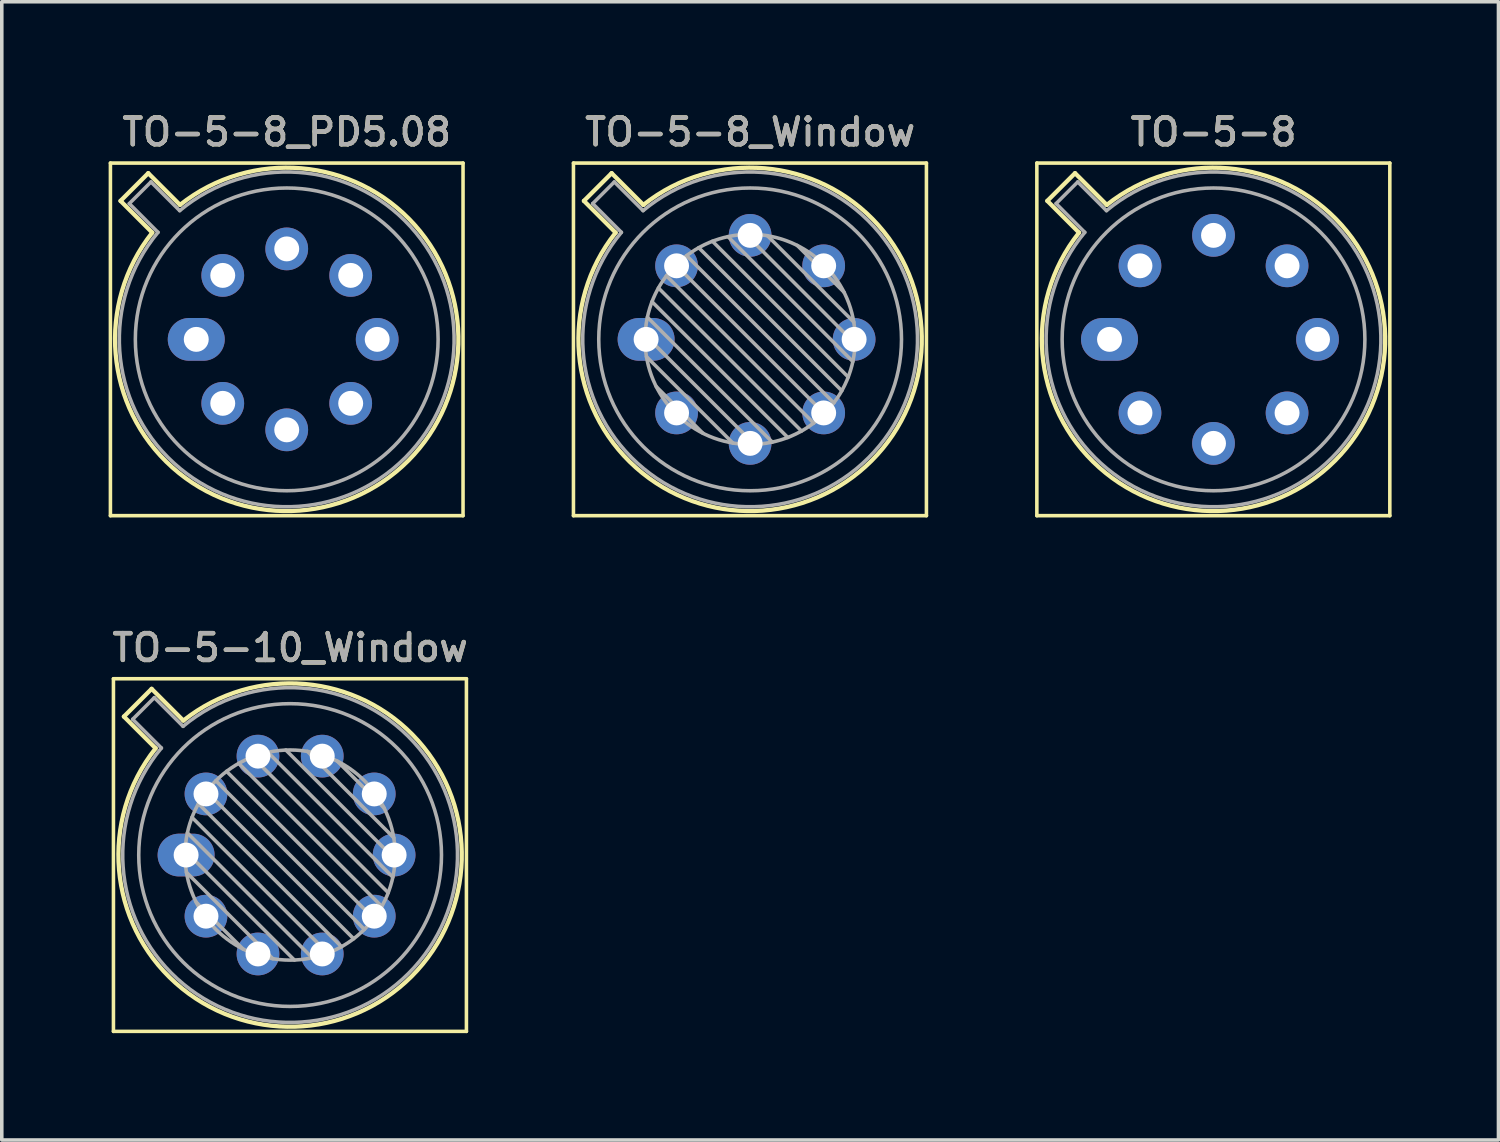
<source format=kicad_pcb>
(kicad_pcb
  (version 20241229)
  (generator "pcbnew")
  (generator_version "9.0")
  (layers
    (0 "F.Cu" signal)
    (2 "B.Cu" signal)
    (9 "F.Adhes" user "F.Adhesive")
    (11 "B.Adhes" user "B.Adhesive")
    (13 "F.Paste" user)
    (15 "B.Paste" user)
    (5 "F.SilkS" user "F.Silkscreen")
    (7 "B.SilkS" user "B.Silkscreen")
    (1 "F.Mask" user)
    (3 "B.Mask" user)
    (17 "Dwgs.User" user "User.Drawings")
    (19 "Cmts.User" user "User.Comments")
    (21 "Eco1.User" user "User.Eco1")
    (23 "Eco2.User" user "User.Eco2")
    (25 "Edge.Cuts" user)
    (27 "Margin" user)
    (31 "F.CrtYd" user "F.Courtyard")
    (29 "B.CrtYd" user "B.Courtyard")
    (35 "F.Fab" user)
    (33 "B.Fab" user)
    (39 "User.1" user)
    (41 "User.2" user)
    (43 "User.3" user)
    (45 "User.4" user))
  (footprint "TO-5-10_Window"
    (layer "F.Cu")
    (at 2.175 20.956)
    (property "Reference" "TO-5-10_Window" (at 2.92 -5.82 0) (layer "F.SilkS") (effects (font (size 0.75 0.75) (thickness 0.125))))
    (attr through_hole)
    (fp_line (start -2.04 -4.95) (end -2.04 4.95) (stroke (width 0.1) (type solid)) (layer "F.SilkS"))
    (fp_line (start -2.04 4.95) (end 7.87 4.95) (stroke (width 0.1) (type solid)) (layer "F.SilkS"))
    (fp_line (start -1.746 -3.888) (end -0.855 -2.997) (stroke (width 0.12) (type solid)) (layer "F.SilkS"))
    (fp_line (start -0.968 -4.666) (end -1.746 -3.888) (stroke (width 0.12) (type solid)) (layer "F.SilkS"))
    (fp_line (start -0.077 -3.775) (end -0.968 -4.666) (stroke (width 0.12) (type solid)) (layer "F.SilkS"))
    (fp_line (start 7.87 -4.95) (end -2.04 -4.95) (stroke (width 0.1) (type solid)) (layer "F.SilkS"))
    (fp_line (start 7.87 4.95) (end 7.87 -4.95) (stroke (width 0.1) (type solid)) (layer "F.SilkS"))
    (fp_arc (start -0.077084 -3.774902) (mid 6.328255 3.408255) (end -0.854902 -2.997084) (stroke (width 0.12) (type solid)) (layer "F.SilkS"))
    (fp_line (start -1.5 -3.812) (end -0.694 -3.005) (stroke (width 0.1) (type solid)) (layer "F.Fab"))
    (fp_line (start -0.892 -4.42) (end -1.5 -3.812) (stroke (width 0.1) (type solid)) (layer "F.Fab"))
    (fp_line (start -0.085 -3.614) (end -0.892 -4.42) (stroke (width 0.1) (type solid)) (layer "F.Fab"))
    (fp_line (start -0.028 -0.12) (end 3.04 2.948) (stroke (width 0.1) (type solid)) (layer "F.Fab"))
    (fp_line (start 0.009 0.485) (end 2.435 2.911) (stroke (width 0.1) (type solid)) (layer "F.Fab"))
    (fp_line (start 0.036 -0.622) (end 3.542 2.884) (stroke (width 0.1) (type solid)) (layer "F.Fab"))
    (fp_line (start 0.165 -1.058) (end 3.978 2.755) (stroke (width 0.1) (type solid)) (layer "F.Fab"))
    (fp_line (start 0.283 1.324) (end 1.596 2.637) (stroke (width 0.1) (type solid)) (layer "F.Fab"))
    (fp_line (start 0.346 -1.443) (end 4.363 2.574) (stroke (width 0.1) (type solid)) (layer "F.Fab"))
    (fp_line (start 0.57 -1.784) (end 4.704 2.35) (stroke (width 0.1) (type solid)) (layer "F.Fab"))
    (fp_line (start 0.834 -2.086) (end 5.006 2.086) (stroke (width 0.1) (type solid)) (layer "F.Fab"))
    (fp_line (start 1.136 -2.35) (end 5.27 1.784) (stroke (width 0.1) (type solid)) (layer "F.Fab"))
    (fp_line (start 1.477 -2.574) (end 5.494 1.443) (stroke (width 0.1) (type solid)) (layer "F.Fab"))
    (fp_line (start 1.862 -2.755) (end 5.675 1.058) (stroke (width 0.1) (type solid)) (layer "F.Fab"))
    (fp_line (start 2.298 -2.884) (end 5.804 0.622) (stroke (width 0.1) (type solid)) (layer "F.Fab"))
    (fp_line (start 2.8 -2.948) (end 5.868 0.12) (stroke (width 0.1) (type solid)) (layer "F.Fab"))
    (fp_line (start 3.405 -2.911) (end 5.831 -0.485) (stroke (width 0.1) (type solid)) (layer "F.Fab"))
    (fp_line (start 4.244 -2.637) (end 5.557 -1.324) (stroke (width 0.1) (type solid)) (layer "F.Fab"))
    (fp_arc (start -0.085408 -3.61352) (mid 6.243402 3.323402) (end -0.69352 -3.005408) (stroke (width 0.1) (type solid)) (layer "F.Fab"))
    (fp_circle (center 2.92 0) (end 5.87 0) (stroke (width 0.1) (type solid)) (fill no) (layer "F.Fab"))
    (fp_circle (center 2.92 0) (end 7.17 0) (stroke (width 0.1) (type solid)) (fill no) (layer "F.Fab"))
    (fp_text user "${REFERENCE}" (at 2.92 -5.82 0) (layer "F.Fab") (effects (font (size 0.75 0.75) (thickness 0.125))))
    (pad "1" thru_hole oval (at 0 0) (size 1.6 1.2) (drill 0.7) (layers "*.Cu" "*.Mask"))
    (pad "2" thru_hole circle (at 0.558 1.716) (size 1.2 1.2) (drill 0.7) (layers "*.Cu" "*.Mask"))
    (pad "3" thru_hole circle (at 2.018 2.777) (size 1.2 1.2) (drill 0.7) (layers "*.Cu" "*.Mask"))
    (pad "4" thru_hole circle (at 3.822 2.777) (size 1.2 1.2) (drill 0.7) (layers "*.Cu" "*.Mask"))
    (pad "5" thru_hole circle (at 5.282 1.716) (size 1.2 1.2) (drill 0.7) (layers "*.Cu" "*.Mask"))
    (pad "6" thru_hole circle (at 5.84 0) (size 1.2 1.2) (drill 0.7) (layers "*.Cu" "*.Mask"))
    (pad "7" thru_hole circle (at 5.282 -1.716) (size 1.2 1.2) (drill 0.7) (layers "*.Cu" "*.Mask"))
    (pad "8" thru_hole circle (at 3.822 -2.777) (size 1.2 1.2) (drill 0.7) (layers "*.Cu" "*.Mask"))
    (pad "9" thru_hole circle (at 2.018 -2.777) (size 1.2 1.2) (drill 0.7) (layers "*.Cu" "*.Mask"))
    (pad "10" thru_hole circle (at 0.558 -1.716) (size 1.2 1.2) (drill 0.7) (layers "*.Cu" "*.Mask")))
  (footprint "TO-5-8"
    (layer "F.Cu")
    (at 28.1 6.478)
    (property "Reference" "TO-5-8" (at 2.92 -5.82 0) (layer "F.SilkS") (effects (font (size 0.75 0.75) (thickness 0.125))))
    (attr through_hole)
    (fp_line (start -2.04 -4.95) (end -2.04 4.95) (stroke (width 0.1) (type solid)) (layer "F.SilkS"))
    (fp_line (start -2.04 4.95) (end 7.87 4.95) (stroke (width 0.1) (type solid)) (layer "F.SilkS"))
    (fp_line (start -1.746 -3.888) (end -0.855 -2.997) (stroke (width 0.12) (type solid)) (layer "F.SilkS"))
    (fp_line (start -0.968 -4.666) (end -1.746 -3.888) (stroke (width 0.12) (type solid)) (layer "F.SilkS"))
    (fp_line (start -0.077 -3.775) (end -0.968 -4.666) (stroke (width 0.12) (type solid)) (layer "F.SilkS"))
    (fp_line (start 7.87 -4.95) (end -2.04 -4.95) (stroke (width 0.1) (type solid)) (layer "F.SilkS"))
    (fp_line (start 7.87 4.95) (end 7.87 -4.95) (stroke (width 0.1) (type solid)) (layer "F.SilkS"))
    (fp_arc (start -0.077084 -3.774902) (mid 6.328255 3.408255) (end -0.854902 -2.997084) (stroke (width 0.12) (type solid)) (layer "F.SilkS"))
    (fp_line (start -1.5 -3.812) (end -0.694 -3.005) (stroke (width 0.1) (type solid)) (layer "F.Fab"))
    (fp_line (start -0.892 -4.42) (end -1.5 -3.812) (stroke (width 0.1) (type solid)) (layer "F.Fab"))
    (fp_line (start -0.085 -3.614) (end -0.892 -4.42) (stroke (width 0.1) (type solid)) (layer "F.Fab"))
    (fp_arc (start -0.085408 -3.61352) (mid 6.243402 3.323402) (end -0.69352 -3.005408) (stroke (width 0.1) (type solid)) (layer "F.Fab"))
    (fp_circle (center 2.92 0) (end 7.17 0) (stroke (width 0.1) (type solid)) (fill no) (layer "F.Fab"))
    (fp_text user "${REFERENCE}" (at 2.92 -5.82 0) (layer "F.Fab") (effects (font (size 0.75 0.75) (thickness 0.125))))
    (pad "1" thru_hole oval (at 0 0) (size 1.6 1.2) (drill 0.7) (layers "*.Cu" "*.Mask"))
    (pad "2" thru_hole circle (at 0.855 2.065) (size 1.2 1.2) (drill 0.7) (layers "*.Cu" "*.Mask"))
    (pad "3" thru_hole circle (at 2.92 2.92) (size 1.2 1.2) (drill 0.7) (layers "*.Cu" "*.Mask"))
    (pad "4" thru_hole circle (at 4.985 2.065) (size 1.2 1.2) (drill 0.7) (layers "*.Cu" "*.Mask"))
    (pad "5" thru_hole circle (at 5.84 0) (size 1.2 1.2) (drill 0.7) (layers "*.Cu" "*.Mask"))
    (pad "6" thru_hole circle (at 4.985 -2.065) (size 1.2 1.2) (drill 0.7) (layers "*.Cu" "*.Mask"))
    (pad "7" thru_hole circle (at 2.92 -2.92) (size 1.2 1.2) (drill 0.7) (layers "*.Cu" "*.Mask"))
    (pad "8" thru_hole circle (at 0.855 -2.065) (size 1.2 1.2) (drill 0.7) (layers "*.Cu" "*.Mask")))
  (footprint "TO-5-8_Window"
    (layer "F.Cu")
    (at 15.09 6.478)
    (property "Reference" "TO-5-8_Window" (at 2.92 -5.82 0) (layer "F.SilkS") (effects (font (size 0.75 0.75) (thickness 0.125))))
    (attr through_hole)
    (fp_line (start -2.04 -4.95) (end -2.04 4.95) (stroke (width 0.1) (type solid)) (layer "F.SilkS"))
    (fp_line (start -2.04 4.95) (end 7.87 4.95) (stroke (width 0.1) (type solid)) (layer "F.SilkS"))
    (fp_line (start -1.746 -3.888) (end -0.855 -2.997) (stroke (width 0.12) (type solid)) (layer "F.SilkS"))
    (fp_line (start -0.968 -4.666) (end -1.746 -3.888) (stroke (width 0.12) (type solid)) (layer "F.SilkS"))
    (fp_line (start -0.077 -3.775) (end -0.968 -4.666) (stroke (width 0.12) (type solid)) (layer "F.SilkS"))
    (fp_line (start 7.87 -4.95) (end -2.04 -4.95) (stroke (width 0.1) (type solid)) (layer "F.SilkS"))
    (fp_line (start 7.87 4.95) (end 7.87 -4.95) (stroke (width 0.1) (type solid)) (layer "F.SilkS"))
    (fp_arc (start -0.077084 -3.774902) (mid 6.328255 3.408255) (end -0.854902 -2.997084) (stroke (width 0.12) (type solid)) (layer "F.SilkS"))
    (fp_line (start -1.5 -3.812) (end -0.694 -3.005) (stroke (width 0.1) (type solid)) (layer "F.Fab"))
    (fp_line (start -0.892 -4.42) (end -1.5 -3.812) (stroke (width 0.1) (type solid)) (layer "F.Fab"))
    (fp_line (start -0.085 -3.614) (end -0.892 -4.42) (stroke (width 0.1) (type solid)) (layer "F.Fab"))
    (fp_line (start -0.028 -0.12) (end 3.04 2.948) (stroke (width 0.1) (type solid)) (layer "F.Fab"))
    (fp_line (start 0.009 0.485) (end 2.435 2.911) (stroke (width 0.1) (type solid)) (layer "F.Fab"))
    (fp_line (start 0.036 -0.622) (end 3.542 2.884) (stroke (width 0.1) (type solid)) (layer "F.Fab"))
    (fp_line (start 0.165 -1.058) (end 3.978 2.755) (stroke (width 0.1) (type solid)) (layer "F.Fab"))
    (fp_line (start 0.283 1.324) (end 1.596 2.637) (stroke (width 0.1) (type solid)) (layer "F.Fab"))
    (fp_line (start 0.346 -1.443) (end 4.363 2.574) (stroke (width 0.1) (type solid)) (layer "F.Fab"))
    (fp_line (start 0.57 -1.784) (end 4.704 2.35) (stroke (width 0.1) (type solid)) (layer "F.Fab"))
    (fp_line (start 0.834 -2.086) (end 5.006 2.086) (stroke (width 0.1) (type solid)) (layer "F.Fab"))
    (fp_line (start 1.136 -2.35) (end 5.27 1.784) (stroke (width 0.1) (type solid)) (layer "F.Fab"))
    (fp_line (start 1.477 -2.574) (end 5.494 1.443) (stroke (width 0.1) (type solid)) (layer "F.Fab"))
    (fp_line (start 1.862 -2.755) (end 5.675 1.058) (stroke (width 0.1) (type solid)) (layer "F.Fab"))
    (fp_line (start 2.298 -2.884) (end 5.804 0.622) (stroke (width 0.1) (type solid)) (layer "F.Fab"))
    (fp_line (start 2.8 -2.948) (end 5.868 0.12) (stroke (width 0.1) (type solid)) (layer "F.Fab"))
    (fp_line (start 3.405 -2.911) (end 5.831 -0.485) (stroke (width 0.1) (type solid)) (layer "F.Fab"))
    (fp_line (start 4.244 -2.637) (end 5.557 -1.324) (stroke (width 0.1) (type solid)) (layer "F.Fab"))
    (fp_arc (start -0.085408 -3.61352) (mid 6.243402 3.323402) (end -0.69352 -3.005408) (stroke (width 0.1) (type solid)) (layer "F.Fab"))
    (fp_circle (center 2.92 0) (end 5.87 0) (stroke (width 0.1) (type solid)) (fill no) (layer "F.Fab"))
    (fp_circle (center 2.92 0) (end 7.17 0) (stroke (width 0.1) (type solid)) (fill no) (layer "F.Fab"))
    (fp_text user "${REFERENCE}" (at 2.92 -5.82 0) (layer "F.Fab") (effects (font (size 0.75 0.75) (thickness 0.125))))
    (pad "1" thru_hole oval (at 0 0) (size 1.6 1.2) (drill 0.7) (layers "*.Cu" "*.Mask"))
    (pad "2" thru_hole circle (at 0.855 2.065) (size 1.2 1.2) (drill 0.7) (layers "*.Cu" "*.Mask"))
    (pad "3" thru_hole circle (at 2.92 2.92) (size 1.2 1.2) (drill 0.7) (layers "*.Cu" "*.Mask"))
    (pad "4" thru_hole circle (at 4.985 2.065) (size 1.2 1.2) (drill 0.7) (layers "*.Cu" "*.Mask"))
    (pad "5" thru_hole circle (at 5.84 0) (size 1.2 1.2) (drill 0.7) (layers "*.Cu" "*.Mask"))
    (pad "6" thru_hole circle (at 4.985 -2.065) (size 1.2 1.2) (drill 0.7) (layers "*.Cu" "*.Mask"))
    (pad "7" thru_hole circle (at 2.92 -2.92) (size 1.2 1.2) (drill 0.7) (layers "*.Cu" "*.Mask"))
    (pad "8" thru_hole circle (at 0.855 -2.065) (size 1.2 1.2) (drill 0.7) (layers "*.Cu" "*.Mask")))
  (footprint "TO-5-8_PD5.08"
    (layer "F.Cu")
    (at 2.46 6.478)
    (property "Reference" "TO-5-8_PD5.08" (at 2.54 -5.82 0) (layer "F.SilkS") (effects (font (size 0.75 0.75) (thickness 0.125))))
    (attr through_hole)
    (fp_line (start -2.41 -4.95) (end -2.41 4.95) (stroke (width 0.1) (type solid)) (layer "F.SilkS"))
    (fp_line (start -2.41 4.95) (end 7.49 4.95) (stroke (width 0.1) (type solid)) (layer "F.SilkS"))
    (fp_line (start -2.126 -3.888) (end -1.235 -2.997) (stroke (width 0.12) (type solid)) (layer "F.SilkS"))
    (fp_line (start -1.348 -4.666) (end -2.126 -3.888) (stroke (width 0.12) (type solid)) (layer "F.SilkS"))
    (fp_line (start -0.457 -3.775) (end -1.348 -4.666) (stroke (width 0.12) (type solid)) (layer "F.SilkS"))
    (fp_line (start 7.49 -4.95) (end -2.41 -4.95) (stroke (width 0.1) (type solid)) (layer "F.SilkS"))
    (fp_line (start 7.49 4.95) (end 7.49 -4.95) (stroke (width 0.1) (type solid)) (layer "F.SilkS"))
    (fp_arc (start -0.457084 -3.774902) (mid 5.948255 3.408255) (end -1.234902 -2.997084) (stroke (width 0.12) (type solid)) (layer "F.SilkS"))
    (fp_line (start -1.88 -3.812) (end -1.074 -3.005) (stroke (width 0.1) (type solid)) (layer "F.Fab"))
    (fp_line (start -1.272 -4.42) (end -1.88 -3.812) (stroke (width 0.1) (type solid)) (layer "F.Fab"))
    (fp_line (start -0.465 -3.614) (end -1.272 -4.42) (stroke (width 0.1) (type solid)) (layer "F.Fab"))
    (fp_arc (start -0.465408 -3.61352) (mid 5.863402 3.323402) (end -1.07352 -3.005408) (stroke (width 0.1) (type solid)) (layer "F.Fab"))
    (fp_circle (center 2.54 0) (end 6.79 0) (stroke (width 0.1) (type solid)) (fill no) (layer "F.Fab"))
    (fp_text user "${REFERENCE}" (at 2.54 -5.82 0) (layer "F.Fab") (effects (font (size 0.75 0.75) (thickness 0.125))))
    (pad "1" thru_hole oval (at 0 0) (size 1.6 1.2) (drill 0.7) (layers "*.Cu" "*.Mask"))
    (pad "2" thru_hole circle (at 0.744 1.796) (size 1.2 1.2) (drill 0.7) (layers "*.Cu" "*.Mask"))
    (pad "3" thru_hole circle (at 2.54 2.54) (size 1.2 1.2) (drill 0.7) (layers "*.Cu" "*.Mask"))
    (pad "4" thru_hole circle (at 4.336 1.796) (size 1.2 1.2) (drill 0.7) (layers "*.Cu" "*.Mask"))
    (pad "5" thru_hole circle (at 5.08 0) (size 1.2 1.2) (drill 0.7) (layers "*.Cu" "*.Mask"))
    (pad "6" thru_hole circle (at 4.336 -1.796) (size 1.2 1.2) (drill 0.7) (layers "*.Cu" "*.Mask"))
    (pad "7" thru_hole circle (at 2.54 -2.54) (size 1.2 1.2) (drill 0.7) (layers "*.Cu" "*.Mask"))
    (pad "8" thru_hole circle (at 0.744 -1.796) (size 1.2 1.2) (drill 0.7) (layers "*.Cu" "*.Mask")))
  (gr_rect
    (start -3 -3)
    (end 39.02 28.956)
    (stroke (width 0.1) (type default))
    (fill no)
    (layer "Edge.Cuts")))
</source>
